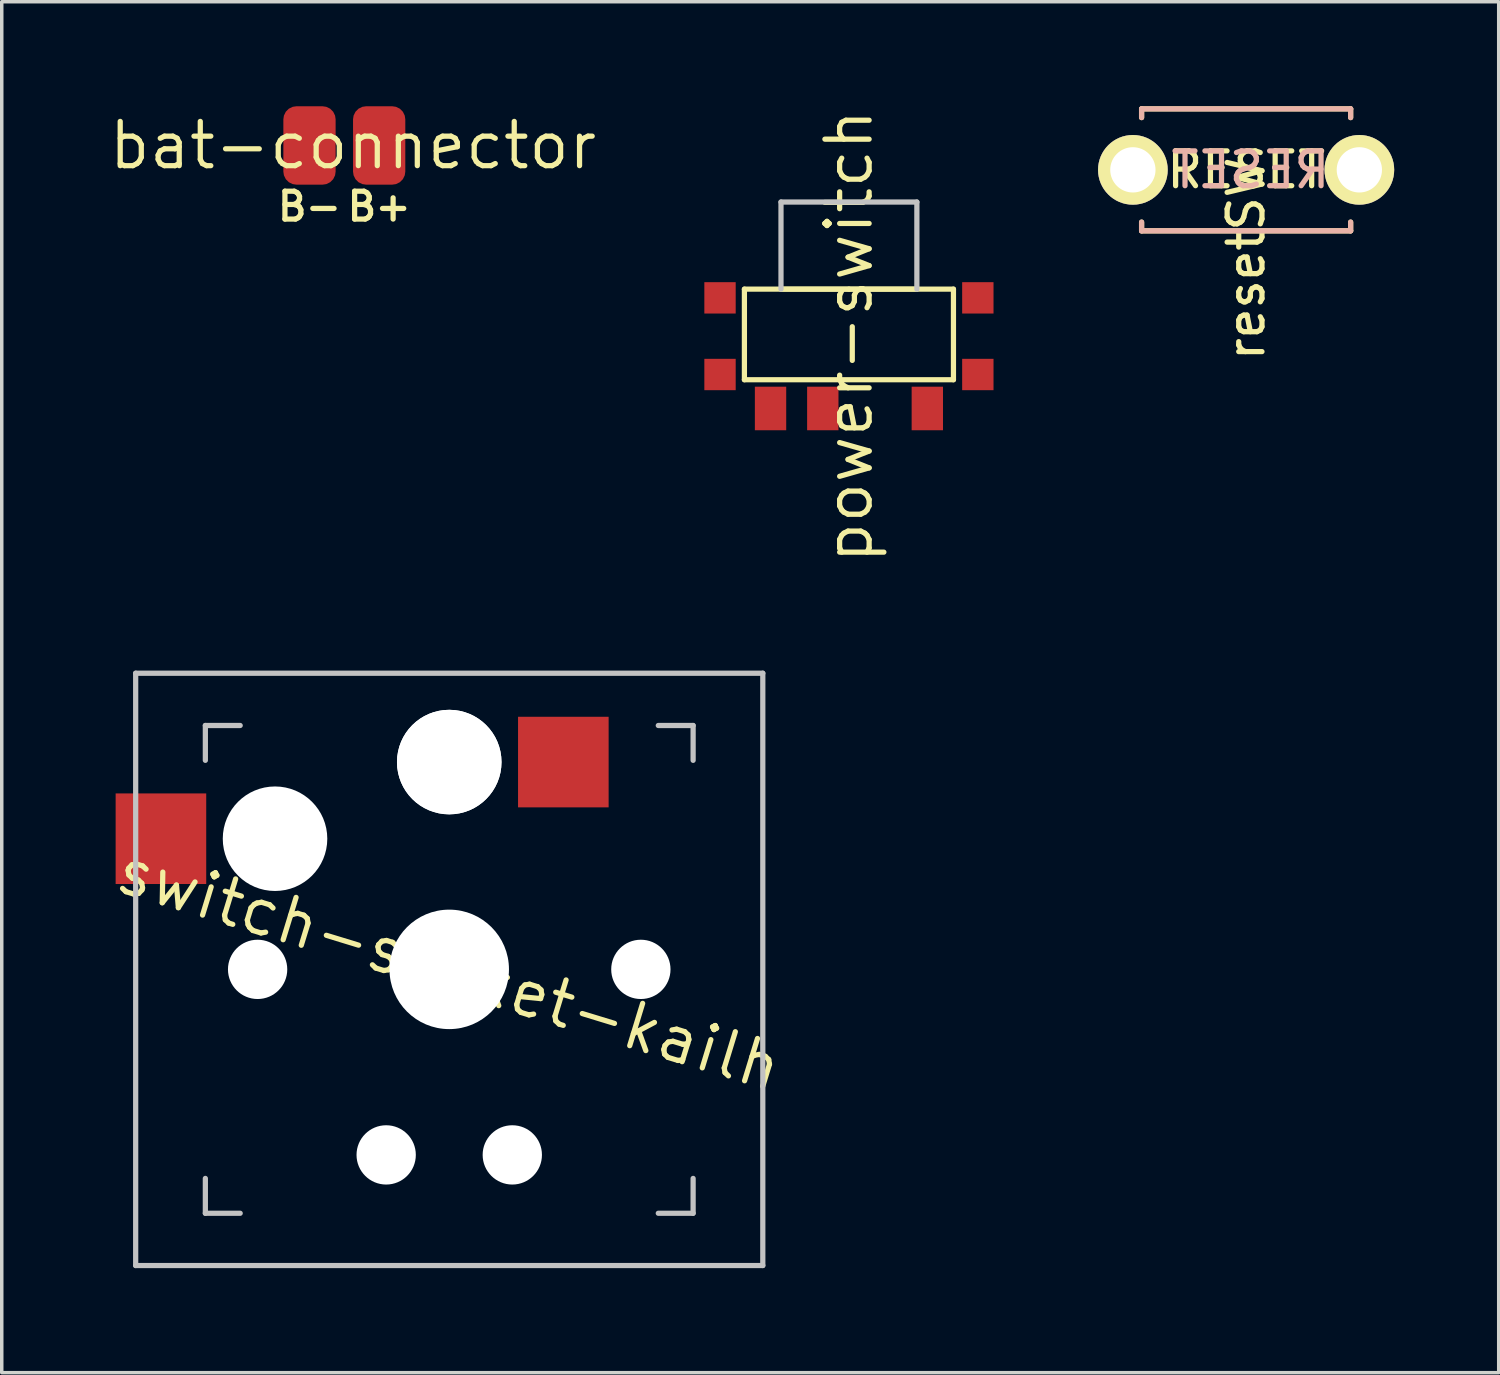
<source format=kicad_pcb>
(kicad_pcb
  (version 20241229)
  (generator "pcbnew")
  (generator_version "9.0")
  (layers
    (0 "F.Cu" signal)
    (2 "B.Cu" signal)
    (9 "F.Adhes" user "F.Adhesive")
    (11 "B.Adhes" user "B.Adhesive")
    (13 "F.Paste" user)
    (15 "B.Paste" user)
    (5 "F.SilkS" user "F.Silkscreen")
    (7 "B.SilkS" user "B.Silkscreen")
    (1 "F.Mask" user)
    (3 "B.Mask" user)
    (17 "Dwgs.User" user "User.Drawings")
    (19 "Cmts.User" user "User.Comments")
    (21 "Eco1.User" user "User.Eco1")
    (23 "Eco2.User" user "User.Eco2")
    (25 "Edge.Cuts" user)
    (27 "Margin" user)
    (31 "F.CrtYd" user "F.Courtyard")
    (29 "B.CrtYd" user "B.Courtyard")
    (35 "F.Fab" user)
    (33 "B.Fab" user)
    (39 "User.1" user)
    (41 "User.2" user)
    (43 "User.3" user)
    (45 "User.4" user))
  (footprint "power-switch"
    (layer "F.Cu")
    (at 21.316 6.599)
    (property "Reference" "power-switch" (at 0 0 90) (layer "F.SilkS") (effects (font (size 1.27 1.27) (thickness 0.15))))
    (attr through_hole)
    (fp_line (start -3 -1.35) (end -3 1.25) (stroke (width 0.15) (type solid)) (layer "F.SilkS"))
    (fp_line (start -3 1.25) (end 3 1.25) (stroke (width 0.15) (type solid)) (layer "F.SilkS"))
    (fp_line (start 0 -1.35) (end -3 -1.35) (stroke (width 0.15) (type solid)) (layer "F.SilkS"))
    (fp_line (start 0 -1.35) (end 3 -1.35) (stroke (width 0.15) (type solid)) (layer "F.SilkS"))
    (fp_line (start 1.95 -1.35) (end -1.95 -1.35) (stroke (width 0.15) (type solid)) (layer "F.SilkS"))
    (fp_line (start 3 1.25) (end 3 -1.35) (stroke (width 0.15) (type solid)) (layer "F.SilkS"))
    (fp_line (start -1.95 -3.85) (end 1.95 -3.85) (stroke (width 0.15) (type solid)) (layer "Dwgs.User"))
    (fp_line (start -1.95 -1.35) (end -1.95 -3.85) (stroke (width 0.15) (type solid)) (layer "Dwgs.User"))
    (fp_line (start 1.95 -3.85) (end 1.95 -1.35) (stroke (width 0.15) (type solid)) (layer "Dwgs.User"))
    (pad "" smd rect (at -3.7 -1.1) (size 0.9 0.9) (layers "F.Cu" "F.Mask" "F.Paste"))
    (pad "" smd rect (at -3.7 1.1) (size 0.9 0.9) (layers "F.Cu" "F.Mask" "F.Paste"))
    (pad "" smd rect (at 3.7 -1.1) (size 0.9 0.9) (layers "F.Cu" "F.Mask" "F.Paste"))
    (pad "" smd rect (at 3.7 1.1) (size 0.9 0.9) (layers "F.Cu" "F.Mask" "F.Paste"))
    (pad "1" smd rect (at 2.25 2.075) (size 0.9 1.25) (layers "F.Cu" "F.Mask" "F.Paste"))
    (pad "2" smd rect (at -0.75 2.075) (size 0.9 1.25) (layers "F.Cu" "F.Mask" "F.Paste"))
    (pad "3" smd rect (at -2.25 2.075) (size 0.9 1.25) (layers "F.Cu" "F.Mask" "F.Paste")))
  (footprint "switch-socket-kailh"
    (layer "F.Cu")
    (at 9.844 24.773)
    (property "Reference" "switch-socket-kailh" (at 0 0 343) (layer "F.SilkS") (effects (font (size 1.27 1.27) (thickness 0.15))))
    (attr through_hole)
    (fp_line (start -9 -8.5) (end 9 -8.5) (stroke (width 0.15) (type solid)) (layer "Dwgs.User"))
    (fp_line (start -9 8.5) (end -9 -8.5) (stroke (width 0.15) (type solid)) (layer "Dwgs.User"))
    (fp_line (start -7 -6) (end -7 -7) (stroke (width 0.15) (type solid)) (layer "Dwgs.User"))
    (fp_line (start -7 7) (end -7 6) (stroke (width 0.15) (type solid)) (layer "Dwgs.User"))
    (fp_line (start -7 7) (end -6 7) (stroke (width 0.15) (type solid)) (layer "Dwgs.User"))
    (fp_line (start -6 -7) (end -7 -7) (stroke (width 0.15) (type solid)) (layer "Dwgs.User"))
    (fp_line (start 6 7) (end 7 7) (stroke (width 0.15) (type solid)) (layer "Dwgs.User"))
    (fp_line (start 7 -7) (end 6 -7) (stroke (width 0.15) (type solid)) (layer "Dwgs.User"))
    (fp_line (start 7 -7) (end 7 -6) (stroke (width 0.15) (type solid)) (layer "Dwgs.User"))
    (fp_line (start 7 6) (end 7 7) (stroke (width 0.15) (type solid)) (layer "Dwgs.User"))
    (fp_line (start 9 -8.5) (end 9 8.5) (stroke (width 0.15) (type solid)) (layer "Dwgs.User"))
    (fp_line (start 9 8.5) (end -9 8.5) (stroke (width 0.15) (type solid)) (layer "Dwgs.User"))
    (pad "" np_thru_hole circle (at -5.5 0 343) (size 1.702 1.702) (drill 1.702) (layers "*.Cu" "*.Mask"))
    (pad "" np_thru_hole circle (at -5 -3.75 343) (size 3 3) (drill 3) (layers "*.Cu" "*.Mask"))
    (pad "" np_thru_hole circle (at -1.81 5.325 343) (size 1.702 1.702) (drill 1.702) (layers "*.Cu" "*.Mask"))
    (pad "" np_thru_hole circle (at 0 -5.95 343) (size 3 3) (drill 3) (layers "*.Cu" "*.Mask"))
    (pad "" np_thru_hole circle (at 0 -5.95 343) (size 3 3) (drill 3) (layers "*.Cu" "*.Mask"))
    (pad "" np_thru_hole circle (at 0 0 343) (size 3.429 3.429) (drill 3.429) (layers "*.Cu" "*.Mask"))
    (pad "" np_thru_hole circle (at 1.81 5.325 343) (size 1.702 1.702) (drill 1.702) (layers "*.Cu" "*.Mask"))
    (pad "" np_thru_hole circle (at 5.5 0 343) (size 1.702 1.702) (drill 1.702) (layers "*.Cu" "*.Mask"))
    (pad "1" smd rect (at 3.275 -5.95) (size 2.6 2.6) (layers "F.Cu" "F.Mask" "F.Paste"))
    (pad "2" smd rect (at -8.275 -3.75) (size 2.6 2.6) (layers "F.Cu" "F.Mask" "F.Paste")))
  (footprint "bat-connector"
    (layer "F.Cu")
    (at 6.833 1.125)
    (property "Reference" "bat-connector" (at 0.25 0 0) (layer "F.SilkS") (effects (font (size 1.27 1.27) (thickness 0.15))))
    (attr through_hole)
    (fp_text user "B-" (at -1 1.75 0) (layer "F.SilkS") (effects (font (size 0.8 0.8) (thickness 0.15))))
    (fp_text user "B+" (at 1 1.75 0) (layer "F.SilkS") (effects (font (size 0.8 0.8) (thickness 0.15))))
    (pad "1" smd roundrect (at -1 0) (size 1.5 2.25) (layers "F.Cu" "F.Mask" "F.Paste") (roundrect_rratio 0.25))
    (pad "2" smd roundrect (at 1 0) (size 1.5 2.25) (layers "F.Cu" "F.Mask" "F.Paste") (roundrect_rratio 0.25)))
  (footprint "resetSW"
    (layer "F.Cu")
    (at 32.716 1.825)
    (property "Reference" "resetSW" (at 0 2.55 90) (layer "F.SilkS") (effects (font (size 1 1) (thickness 0.15))))
    (attr through_hole)
    (fp_line (start -3 -1.75) (end -3 -1.5) (stroke (width 0.15) (type solid)) (layer "F.SilkS"))
    (fp_line (start -3 -1.75) (end 3 -1.75) (stroke (width 0.15) (type solid)) (layer "F.SilkS"))
    (fp_line (start -3 1.75) (end -3 1.5) (stroke (width 0.15) (type solid)) (layer "F.SilkS"))
    (fp_line (start -3 1.75) (end 3 1.75) (stroke (width 0.15) (type solid)) (layer "F.SilkS"))
    (fp_line (start 3 -1.75) (end 3 -1.5) (stroke (width 0.15) (type solid)) (layer "F.SilkS"))
    (fp_line (start 3 1.75) (end 3 1.5) (stroke (width 0.15) (type solid)) (layer "F.SilkS"))
    (fp_line (start -3 -1.75) (end 3 -1.75) (stroke (width 0.15) (type solid)) (layer "B.SilkS"))
    (fp_line (start -3 -1.5) (end -3 -1.75) (stroke (width 0.15) (type solid)) (layer "B.SilkS"))
    (fp_line (start -3 1.75) (end -3 1.5) (stroke (width 0.15) (type solid)) (layer "B.SilkS"))
    (fp_line (start 3 -1.75) (end 3 -1.5) (stroke (width 0.15) (type solid)) (layer "B.SilkS"))
    (fp_line (start 3 1.5) (end 3 1.75) (stroke (width 0.15) (type solid)) (layer "B.SilkS"))
    (fp_line (start 3 1.75) (end -3 1.75) (stroke (width 0.15) (type solid)) (layer "B.SilkS"))
    (fp_text user "RESET" (at 0 0 0) (layer "F.SilkS") (effects (font (size 1 1) (thickness 0.15))))
    (fp_text user "RESET" (at 0.127 0 0) (layer "B.SilkS") (effects (font (size 1 1) (thickness 0.15)) (justify mirror)))
    (pad "1" thru_hole circle (at 3.25 0) (size 2 2) (drill 1.3) (layers "*.Cu" "*.Mask" "F.SilkS"))
    (pad "2" thru_hole circle (at -3.25 0) (size 2 2) (drill 1.3) (layers "*.Cu" "*.Mask" "F.SilkS")))
  (gr_rect
    (start -3 -3)
    (end 39.966 36.348)
    (stroke (width 0.1) (type default))
    (fill no)
    (layer "Edge.Cuts")))
</source>
